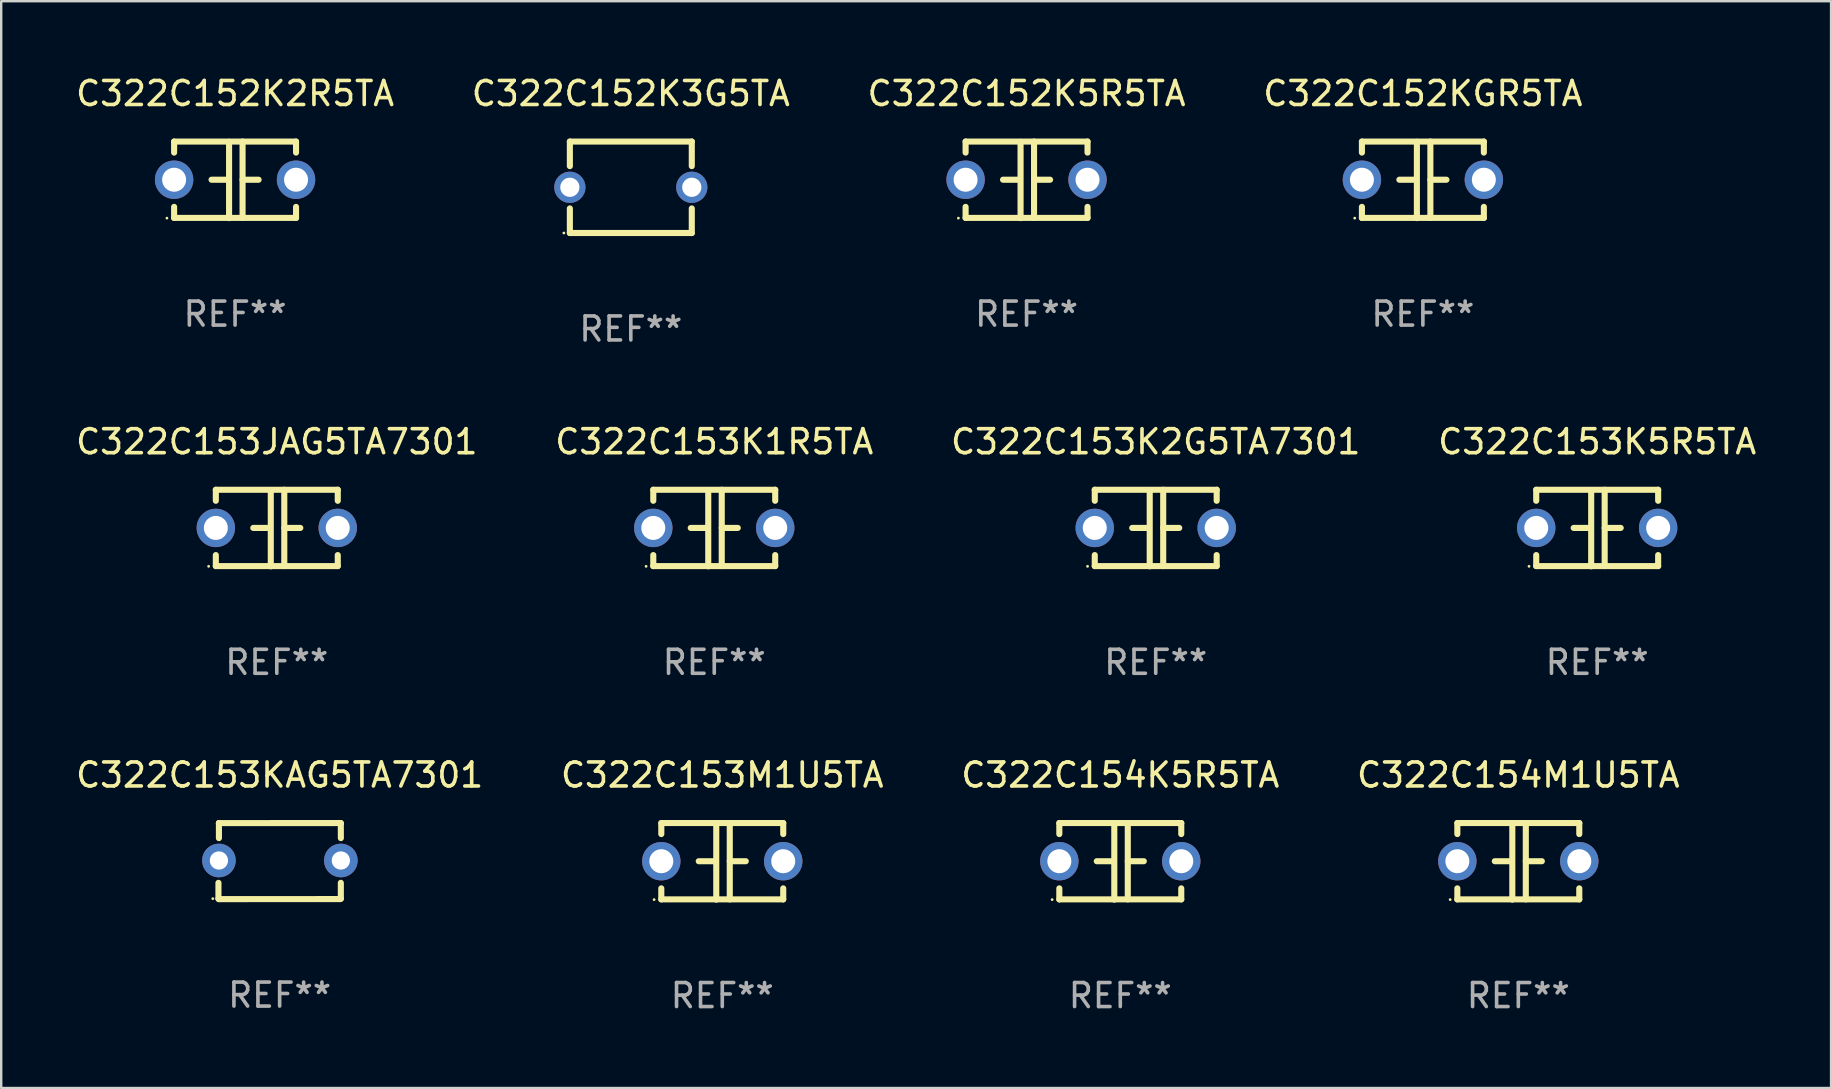
<source format=kicad_pcb>
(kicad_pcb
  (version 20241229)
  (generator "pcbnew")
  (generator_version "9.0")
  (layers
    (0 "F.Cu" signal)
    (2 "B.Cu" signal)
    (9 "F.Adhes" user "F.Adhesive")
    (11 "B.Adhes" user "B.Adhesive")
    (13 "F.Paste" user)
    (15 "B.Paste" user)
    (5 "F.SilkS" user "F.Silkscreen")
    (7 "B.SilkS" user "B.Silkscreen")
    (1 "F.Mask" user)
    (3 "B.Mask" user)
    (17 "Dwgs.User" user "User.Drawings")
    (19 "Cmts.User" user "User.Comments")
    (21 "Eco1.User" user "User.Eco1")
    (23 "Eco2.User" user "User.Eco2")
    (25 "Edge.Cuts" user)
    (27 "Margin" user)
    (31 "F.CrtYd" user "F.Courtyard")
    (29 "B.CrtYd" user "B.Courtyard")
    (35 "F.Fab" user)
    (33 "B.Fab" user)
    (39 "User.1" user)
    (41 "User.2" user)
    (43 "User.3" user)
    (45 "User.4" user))
  (footprint "C322C154M1U5TA"
    (layer "F.Cu")
    (at 60.208 32.836)
    (property "Reference" "C322C154M1U5TA" (at 0 -3.595 0) (layer "F.SilkS") (effects (font (size 1 1) (thickness 0.15))))
    (attr through_hole)
    (fp_line (start -2.54 -1.595) (end -2.54 -1.136) (stroke (width 0.254) (type solid)) (layer "F.SilkS"))
    (fp_line (start -2.54 -1.595) (end 2.54 -1.595) (stroke (width 0.254) (type solid)) (layer "F.SilkS"))
    (fp_line (start -2.54 1.126) (end -2.54 1.585) (stroke (width 0.254) (type solid)) (layer "F.SilkS"))
    (fp_line (start -0.312 -0.005) (end -0.98 -0.005) (stroke (width 0.254) (type solid)) (layer "F.SilkS"))
    (fp_line (start -0.25 -1.585) (end -0.25 1.595) (stroke (width 0.254) (type solid)) (layer "F.SilkS"))
    (fp_line (start 0.312 -1.595) (end 0.312 1.585) (stroke (width 0.254) (type solid)) (layer "F.SilkS"))
    (fp_line (start 0.312 -0.005) (end 0.98 -0.005) (stroke (width 0.254) (type solid)) (layer "F.SilkS"))
    (fp_line (start 2.54 -1.595) (end 2.54 -1.136) (stroke (width 0.254) (type solid)) (layer "F.SilkS"))
    (fp_line (start 2.54 1.126) (end 2.54 1.585) (stroke (width 0.254) (type solid)) (layer "F.SilkS"))
    (fp_line (start 2.54 1.585) (end -2.54 1.585) (stroke (width 0.254) (type solid)) (layer "F.SilkS"))
    (fp_circle (center -2.84 1.595) (end -2.81 1.595) (stroke (width 0.06) (type solid)) (fill no) (layer "F.SilkS"))
    (fp_text user "REF**" (at 0 5.595 0) (layer "F.Fab") (effects (font (size 1 1) (thickness 0.15))))
    (pad "1" thru_hole circle (at -2.54 -0.005) (size 1.6 1.6) (drill 1) (layers "*.Cu" "*.Mask"))
    (pad "2" thru_hole circle (at 2.54 -0.005) (size 1.6 1.6) (drill 1) (layers "*.Cu" "*.Mask")))
  (footprint "C322C153K1R5TA"
    (layer "F.Cu")
    (at 26.708 18.95)
    (property "Reference" "C322C153K1R5TA" (at 0 -3.595 0) (layer "F.SilkS") (effects (font (size 1 1) (thickness 0.15))))
    (attr through_hole)
    (fp_line (start -2.54 -1.595) (end -2.54 -1.136) (stroke (width 0.254) (type solid)) (layer "F.SilkS"))
    (fp_line (start -2.54 -1.595) (end 2.54 -1.595) (stroke (width 0.254) (type solid)) (layer "F.SilkS"))
    (fp_line (start -2.54 1.126) (end -2.54 1.585) (stroke (width 0.254) (type solid)) (layer "F.SilkS"))
    (fp_line (start -0.312 -0.005) (end -0.98 -0.005) (stroke (width 0.254) (type solid)) (layer "F.SilkS"))
    (fp_line (start -0.25 -1.585) (end -0.25 1.595) (stroke (width 0.254) (type solid)) (layer "F.SilkS"))
    (fp_line (start 0.312 -1.595) (end 0.312 1.585) (stroke (width 0.254) (type solid)) (layer "F.SilkS"))
    (fp_line (start 0.312 -0.005) (end 0.98 -0.005) (stroke (width 0.254) (type solid)) (layer "F.SilkS"))
    (fp_line (start 2.54 -1.595) (end 2.54 -1.136) (stroke (width 0.254) (type solid)) (layer "F.SilkS"))
    (fp_line (start 2.54 1.126) (end 2.54 1.585) (stroke (width 0.254) (type solid)) (layer "F.SilkS"))
    (fp_line (start 2.54 1.585) (end -2.54 1.585) (stroke (width 0.254) (type solid)) (layer "F.SilkS"))
    (fp_circle (center -2.84 1.595) (end -2.81 1.595) (stroke (width 0.06) (type solid)) (fill no) (layer "F.SilkS"))
    (fp_text user "REF**" (at 0 5.595 0) (layer "F.Fab") (effects (font (size 1 1) (thickness 0.15))))
    (pad "1" thru_hole circle (at -2.54 -0.005) (size 1.6 1.6) (drill 1) (layers "*.Cu" "*.Mask"))
    (pad "2" thru_hole circle (at 2.54 -0.005) (size 1.6 1.6) (drill 1) (layers "*.Cu" "*.Mask")))
  (footprint "C322C153K5R5TA"
    (layer "F.Cu")
    (at 63.494 18.95)
    (property "Reference" "C322C153K5R5TA" (at 0 -3.595 0) (layer "F.SilkS") (effects (font (size 1 1) (thickness 0.15))))
    (attr through_hole)
    (fp_line (start -2.54 -1.595) (end -2.54 -1.136) (stroke (width 0.254) (type solid)) (layer "F.SilkS"))
    (fp_line (start -2.54 -1.595) (end 2.54 -1.595) (stroke (width 0.254) (type solid)) (layer "F.SilkS"))
    (fp_line (start -2.54 1.126) (end -2.54 1.585) (stroke (width 0.254) (type solid)) (layer "F.SilkS"))
    (fp_line (start -0.312 -0.005) (end -0.98 -0.005) (stroke (width 0.254) (type solid)) (layer "F.SilkS"))
    (fp_line (start -0.25 -1.585) (end -0.25 1.595) (stroke (width 0.254) (type solid)) (layer "F.SilkS"))
    (fp_line (start 0.312 -1.595) (end 0.312 1.585) (stroke (width 0.254) (type solid)) (layer "F.SilkS"))
    (fp_line (start 0.312 -0.005) (end 0.98 -0.005) (stroke (width 0.254) (type solid)) (layer "F.SilkS"))
    (fp_line (start 2.54 -1.595) (end 2.54 -1.136) (stroke (width 0.254) (type solid)) (layer "F.SilkS"))
    (fp_line (start 2.54 1.126) (end 2.54 1.585) (stroke (width 0.254) (type solid)) (layer "F.SilkS"))
    (fp_line (start 2.54 1.585) (end -2.54 1.585) (stroke (width 0.254) (type solid)) (layer "F.SilkS"))
    (fp_circle (center -2.84 1.595) (end -2.81 1.595) (stroke (width 0.06) (type solid)) (fill no) (layer "F.SilkS"))
    (fp_text user "REF**" (at 0 5.595 0) (layer "F.Fab") (effects (font (size 1 1) (thickness 0.15))))
    (pad "1" thru_hole circle (at -2.54 -0.005) (size 1.6 1.6) (drill 1) (layers "*.Cu" "*.Mask"))
    (pad "2" thru_hole circle (at 2.54 -0.005) (size 1.6 1.6) (drill 1) (layers "*.Cu" "*.Mask")))
  (footprint "C322C152K2R5TA"
    (layer "F.Cu")
    (at 6.744 4.443)
    (property "Reference" "C322C152K2R5TA" (at 0 -3.595 0) (layer "F.SilkS") (effects (font (size 1 1) (thickness 0.15))))
    (attr through_hole)
    (fp_line (start -2.54 -1.595) (end -2.54 -1.136) (stroke (width 0.254) (type solid)) (layer "F.SilkS"))
    (fp_line (start -2.54 -1.595) (end 2.54 -1.595) (stroke (width 0.254) (type solid)) (layer "F.SilkS"))
    (fp_line (start -2.54 1.126) (end -2.54 1.585) (stroke (width 0.254) (type solid)) (layer "F.SilkS"))
    (fp_line (start -0.312 -0.005) (end -0.98 -0.005) (stroke (width 0.254) (type solid)) (layer "F.SilkS"))
    (fp_line (start -0.25 -1.585) (end -0.25 1.595) (stroke (width 0.254) (type solid)) (layer "F.SilkS"))
    (fp_line (start 0.312 -1.595) (end 0.312 1.585) (stroke (width 0.254) (type solid)) (layer "F.SilkS"))
    (fp_line (start 0.312 -0.005) (end 0.98 -0.005) (stroke (width 0.254) (type solid)) (layer "F.SilkS"))
    (fp_line (start 2.54 -1.595) (end 2.54 -1.136) (stroke (width 0.254) (type solid)) (layer "F.SilkS"))
    (fp_line (start 2.54 1.126) (end 2.54 1.585) (stroke (width 0.254) (type solid)) (layer "F.SilkS"))
    (fp_line (start 2.54 1.585) (end -2.54 1.585) (stroke (width 0.254) (type solid)) (layer "F.SilkS"))
    (fp_circle (center -2.84 1.595) (end -2.81 1.595) (stroke (width 0.06) (type solid)) (fill no) (layer "F.SilkS"))
    (fp_text user "REF**" (at 0 5.595 0) (layer "F.Fab") (effects (font (size 1 1) (thickness 0.15))))
    (pad "1" thru_hole circle (at -2.54 -0.005) (size 1.6 1.6) (drill 1) (layers "*.Cu" "*.Mask"))
    (pad "2" thru_hole circle (at 2.54 -0.005) (size 1.6 1.6) (drill 1) (layers "*.Cu" "*.Mask")))
  (footprint "C322C153K2G5TA7301"
    (layer "F.Cu")
    (at 45.101 18.95)
    (property "Reference" "C322C153K2G5TA7301" (at 0 -3.595 0) (layer "F.SilkS") (effects (font (size 1 1) (thickness 0.15))))
    (attr through_hole)
    (fp_line (start -2.54 -1.595) (end -2.54 -1.136) (stroke (width 0.254) (type solid)) (layer "F.SilkS"))
    (fp_line (start -2.54 -1.595) (end 2.54 -1.595) (stroke (width 0.254) (type solid)) (layer "F.SilkS"))
    (fp_line (start -2.54 1.126) (end -2.54 1.585) (stroke (width 0.254) (type solid)) (layer "F.SilkS"))
    (fp_line (start -0.312 -0.005) (end -0.98 -0.005) (stroke (width 0.254) (type solid)) (layer "F.SilkS"))
    (fp_line (start -0.25 -1.585) (end -0.25 1.595) (stroke (width 0.254) (type solid)) (layer "F.SilkS"))
    (fp_line (start 0.312 -1.595) (end 0.312 1.585) (stroke (width 0.254) (type solid)) (layer "F.SilkS"))
    (fp_line (start 0.312 -0.005) (end 0.98 -0.005) (stroke (width 0.254) (type solid)) (layer "F.SilkS"))
    (fp_line (start 2.54 -1.595) (end 2.54 -1.136) (stroke (width 0.254) (type solid)) (layer "F.SilkS"))
    (fp_line (start 2.54 1.126) (end 2.54 1.585) (stroke (width 0.254) (type solid)) (layer "F.SilkS"))
    (fp_line (start 2.54 1.585) (end -2.54 1.585) (stroke (width 0.254) (type solid)) (layer "F.SilkS"))
    (fp_circle (center -2.84 1.595) (end -2.81 1.595) (stroke (width 0.06) (type solid)) (fill no) (layer "F.SilkS"))
    (fp_text user "REF**" (at 0 5.595 0) (layer "F.Fab") (effects (font (size 1 1) (thickness 0.15))))
    (pad "1" thru_hole circle (at -2.54 -0.005) (size 1.6 1.6) (drill 1) (layers "*.Cu" "*.Mask"))
    (pad "2" thru_hole circle (at 2.54 -0.005) (size 1.6 1.6) (drill 1) (layers "*.Cu" "*.Mask")))
  (footprint "C322C154K5R5TA"
    (layer "F.Cu")
    (at 43.625 32.836)
    (property "Reference" "C322C154K5R5TA" (at 0 -3.595 0) (layer "F.SilkS") (effects (font (size 1 1) (thickness 0.15))))
    (attr through_hole)
    (fp_line (start -2.54 -1.595) (end -2.54 -1.136) (stroke (width 0.254) (type solid)) (layer "F.SilkS"))
    (fp_line (start -2.54 -1.595) (end 2.54 -1.595) (stroke (width 0.254) (type solid)) (layer "F.SilkS"))
    (fp_line (start -2.54 1.126) (end -2.54 1.585) (stroke (width 0.254) (type solid)) (layer "F.SilkS"))
    (fp_line (start -0.312 -0.005) (end -0.98 -0.005) (stroke (width 0.254) (type solid)) (layer "F.SilkS"))
    (fp_line (start -0.25 -1.585) (end -0.25 1.595) (stroke (width 0.254) (type solid)) (layer "F.SilkS"))
    (fp_line (start 0.312 -1.595) (end 0.312 1.585) (stroke (width 0.254) (type solid)) (layer "F.SilkS"))
    (fp_line (start 0.312 -0.005) (end 0.98 -0.005) (stroke (width 0.254) (type solid)) (layer "F.SilkS"))
    (fp_line (start 2.54 -1.595) (end 2.54 -1.136) (stroke (width 0.254) (type solid)) (layer "F.SilkS"))
    (fp_line (start 2.54 1.126) (end 2.54 1.585) (stroke (width 0.254) (type solid)) (layer "F.SilkS"))
    (fp_line (start 2.54 1.585) (end -2.54 1.585) (stroke (width 0.254) (type solid)) (layer "F.SilkS"))
    (fp_circle (center -2.84 1.595) (end -2.81 1.595) (stroke (width 0.06) (type solid)) (fill no) (layer "F.SilkS"))
    (fp_text user "REF**" (at 0 5.595 0) (layer "F.Fab") (effects (font (size 1 1) (thickness 0.15))))
    (pad "1" thru_hole circle (at -2.54 -0.005) (size 1.6 1.6) (drill 1) (layers "*.Cu" "*.Mask"))
    (pad "2" thru_hole circle (at 2.54 -0.005) (size 1.6 1.6) (drill 1) (layers "*.Cu" "*.Mask")))
  (footprint "C322C153JAG5TA7301"
    (layer "F.Cu")
    (at 8.482 18.95)
    (property "Reference" "C322C153JAG5TA7301" (at 0 -3.595 0) (layer "F.SilkS") (effects (font (size 1 1) (thickness 0.15))))
    (attr through_hole)
    (fp_line (start -2.54 -1.595) (end -2.54 -1.136) (stroke (width 0.254) (type solid)) (layer "F.SilkS"))
    (fp_line (start -2.54 -1.595) (end 2.54 -1.595) (stroke (width 0.254) (type solid)) (layer "F.SilkS"))
    (fp_line (start -2.54 1.126) (end -2.54 1.585) (stroke (width 0.254) (type solid)) (layer "F.SilkS"))
    (fp_line (start -0.312 -0.005) (end -0.98 -0.005) (stroke (width 0.254) (type solid)) (layer "F.SilkS"))
    (fp_line (start -0.25 -1.585) (end -0.25 1.595) (stroke (width 0.254) (type solid)) (layer "F.SilkS"))
    (fp_line (start 0.312 -1.595) (end 0.312 1.585) (stroke (width 0.254) (type solid)) (layer "F.SilkS"))
    (fp_line (start 0.312 -0.005) (end 0.98 -0.005) (stroke (width 0.254) (type solid)) (layer "F.SilkS"))
    (fp_line (start 2.54 -1.595) (end 2.54 -1.136) (stroke (width 0.254) (type solid)) (layer "F.SilkS"))
    (fp_line (start 2.54 1.126) (end 2.54 1.585) (stroke (width 0.254) (type solid)) (layer "F.SilkS"))
    (fp_line (start 2.54 1.585) (end -2.54 1.585) (stroke (width 0.254) (type solid)) (layer "F.SilkS"))
    (fp_circle (center -2.84 1.595) (end -2.81 1.595) (stroke (width 0.06) (type solid)) (fill no) (layer "F.SilkS"))
    (fp_text user "REF**" (at 0 5.595 0) (layer "F.Fab") (effects (font (size 1 1) (thickness 0.15))))
    (pad "1" thru_hole circle (at -2.54 -0.005) (size 1.6 1.6) (drill 1) (layers "*.Cu" "*.Mask"))
    (pad "2" thru_hole circle (at 2.54 -0.005) (size 1.6 1.6) (drill 1) (layers "*.Cu" "*.Mask")))
  (footprint "C322C153M1U5TA"
    (layer "F.Cu")
    (at 27.042 32.836)
    (property "Reference" "C322C153M1U5TA" (at 0 -3.595 0) (layer "F.SilkS") (effects (font (size 1 1) (thickness 0.15))))
    (attr through_hole)
    (fp_line (start -2.54 -1.595) (end -2.54 -1.136) (stroke (width 0.254) (type solid)) (layer "F.SilkS"))
    (fp_line (start -2.54 -1.595) (end 2.54 -1.595) (stroke (width 0.254) (type solid)) (layer "F.SilkS"))
    (fp_line (start -2.54 1.126) (end -2.54 1.585) (stroke (width 0.254) (type solid)) (layer "F.SilkS"))
    (fp_line (start -0.312 -0.005) (end -0.98 -0.005) (stroke (width 0.254) (type solid)) (layer "F.SilkS"))
    (fp_line (start -0.25 -1.585) (end -0.25 1.595) (stroke (width 0.254) (type solid)) (layer "F.SilkS"))
    (fp_line (start 0.312 -1.595) (end 0.312 1.585) (stroke (width 0.254) (type solid)) (layer "F.SilkS"))
    (fp_line (start 0.312 -0.005) (end 0.98 -0.005) (stroke (width 0.254) (type solid)) (layer "F.SilkS"))
    (fp_line (start 2.54 -1.595) (end 2.54 -1.136) (stroke (width 0.254) (type solid)) (layer "F.SilkS"))
    (fp_line (start 2.54 1.126) (end 2.54 1.585) (stroke (width 0.254) (type solid)) (layer "F.SilkS"))
    (fp_line (start 2.54 1.585) (end -2.54 1.585) (stroke (width 0.254) (type solid)) (layer "F.SilkS"))
    (fp_circle (center -2.84 1.595) (end -2.81 1.595) (stroke (width 0.06) (type solid)) (fill no) (layer "F.SilkS"))
    (fp_text user "REF**" (at 0 5.595 0) (layer "F.Fab") (effects (font (size 1 1) (thickness 0.15))))
    (pad "1" thru_hole circle (at -2.54 -0.005) (size 1.6 1.6) (drill 1) (layers "*.Cu" "*.Mask"))
    (pad "2" thru_hole circle (at 2.54 -0.005) (size 1.6 1.6) (drill 1) (layers "*.Cu" "*.Mask")))
  (footprint "C322C152K3G5TA"
    (layer "F.Cu")
    (at 23.232 4.753)
    (property "Reference" "C322C152K3G5TA" (at 0 -3.905 0) (layer "F.SilkS") (effects (font (size 1 1) (thickness 0.15))))
    (attr through_hole)
    (fp_line (start -2.54 -1.905) (end -2.54 -0.881) (stroke (width 0.254) (type solid)) (layer "F.SilkS"))
    (fp_line (start -2.54 0.881) (end -2.54 1.905) (stroke (width 0.254) (type solid)) (layer "F.SilkS"))
    (fp_line (start -2.54 1.905) (end 2.54 1.905) (stroke (width 0.254) (type solid)) (layer "F.SilkS"))
    (fp_line (start 2.54 -1.905) (end -2.54 -1.905) (stroke (width 0.254) (type solid)) (layer "F.SilkS"))
    (fp_line (start 2.54 -0.881) (end 2.54 -1.905) (stroke (width 0.254) (type solid)) (layer "F.SilkS"))
    (fp_line (start 2.54 1.905) (end 2.54 0.881) (stroke (width 0.254) (type solid)) (layer "F.SilkS"))
    (fp_circle (center -2.79 1.905) (end -2.76 1.905) (stroke (width 0.06) (type solid)) (fill no) (layer "F.SilkS"))
    (fp_text user "REF**" (at 0 5.905 0) (layer "F.Fab") (effects (font (size 1 1) (thickness 0.15))))
    (pad "1" thru_hole circle (at -2.54 0) (size 1.3 1.3) (drill 0.8) (layers "*.Cu" "*.Mask"))
    (pad "2" thru_hole circle (at 2.54 0) (size 1.3 1.3) (drill 0.8) (layers "*.Cu" "*.Mask")))
  (footprint "C322C152KGR5TA"
    (layer "F.Cu")
    (at 56.232 4.443)
    (property "Reference" "C322C152KGR5TA" (at 0 -3.595 0) (layer "F.SilkS") (effects (font (size 1 1) (thickness 0.15))))
    (attr through_hole)
    (fp_line (start -2.54 -1.595) (end -2.54 -1.136) (stroke (width 0.254) (type solid)) (layer "F.SilkS"))
    (fp_line (start -2.54 -1.595) (end 2.54 -1.595) (stroke (width 0.254) (type solid)) (layer "F.SilkS"))
    (fp_line (start -2.54 1.126) (end -2.54 1.585) (stroke (width 0.254) (type solid)) (layer "F.SilkS"))
    (fp_line (start -0.312 -0.005) (end -0.98 -0.005) (stroke (width 0.254) (type solid)) (layer "F.SilkS"))
    (fp_line (start -0.25 -1.585) (end -0.25 1.595) (stroke (width 0.254) (type solid)) (layer "F.SilkS"))
    (fp_line (start 0.312 -1.595) (end 0.312 1.585) (stroke (width 0.254) (type solid)) (layer "F.SilkS"))
    (fp_line (start 0.312 -0.005) (end 0.98 -0.005) (stroke (width 0.254) (type solid)) (layer "F.SilkS"))
    (fp_line (start 2.54 -1.595) (end 2.54 -1.136) (stroke (width 0.254) (type solid)) (layer "F.SilkS"))
    (fp_line (start 2.54 1.126) (end 2.54 1.585) (stroke (width 0.254) (type solid)) (layer "F.SilkS"))
    (fp_line (start 2.54 1.585) (end -2.54 1.585) (stroke (width 0.254) (type solid)) (layer "F.SilkS"))
    (fp_circle (center -2.84 1.595) (end -2.81 1.595) (stroke (width 0.06) (type solid)) (fill no) (layer "F.SilkS"))
    (fp_text user "REF**" (at 0 5.595 0) (layer "F.Fab") (effects (font (size 1 1) (thickness 0.15))))
    (pad "1" thru_hole circle (at -2.54 -0.005) (size 1.6 1.6) (drill 1) (layers "*.Cu" "*.Mask"))
    (pad "2" thru_hole circle (at 2.54 -0.005) (size 1.6 1.6) (drill 1) (layers "*.Cu" "*.Mask")))
  (footprint "C322C153KAG5TA7301"
    (layer "F.Cu")
    (at 8.601 32.826)
    (property "Reference" "C322C153KAG5TA7301" (at 0 -3.585 0) (layer "F.SilkS") (effects (font (size 1 1) (thickness 0.15))))
    (attr through_hole)
    (fp_line (start -2.55 1.566) (end -2.55 0.906) (stroke (width 0.254) (type solid)) (layer "F.SilkS"))
    (fp_line (start -2.531 1.585) (end -2.55 1.566) (stroke (width 0.254) (type solid)) (layer "F.SilkS"))
    (fp_line (start -2.53 -1.577) (end -2.53 -1.577) (stroke (width 0.254) (type solid)) (layer "F.SilkS"))
    (fp_line (start -2.53 -1.577) (end -2.528 -1.583) (stroke (width 0.254) (type solid)) (layer "F.SilkS"))
    (fp_line (start -2.53 -0.957) (end -2.53 -1.577) (stroke (width 0.254) (type solid)) (layer "F.SilkS"))
    (fp_line (start -2.528 -1.583) (end 2.54 -1.585) (stroke (width 0.254) (type solid)) (layer "F.SilkS"))
    (fp_line (start 2.524 1.582) (end -2.531 1.585) (stroke (width 0.254) (type solid)) (layer "F.SilkS"))
    (fp_line (start 2.54 -1.585) (end 2.548 -1.575) (stroke (width 0.254) (type solid)) (layer "F.SilkS"))
    (fp_line (start 2.548 -1.575) (end 2.55 -0.957) (stroke (width 0.254) (type solid)) (layer "F.SilkS"))
    (fp_line (start 2.549 0.906) (end 2.549 1.566) (stroke (width 0.254) (type solid)) (layer "F.SilkS"))
    (fp_line (start 2.549 1.566) (end 2.524 1.582) (stroke (width 0.254) (type solid)) (layer "F.SilkS"))
    (fp_circle (center -2.785 1.565) (end -2.755 1.565) (stroke (width 0.06) (type solid)) (fill no) (layer "F.SilkS"))
    (fp_text user "REF**" (at 0 5.585 0) (layer "F.Fab") (effects (font (size 1 1) (thickness 0.15))))
    (pad "1" thru_hole circle (at -2.53 -0.025) (size 1.4 1.4) (drill 0.76) (layers "*.Cu" "*.Mask"))
    (pad "2" thru_hole circle (at 2.55 -0.025) (size 1.4 1.4) (drill 0.76) (layers "*.Cu" "*.Mask")))
  (footprint "C322C152K5R5TA"
    (layer "F.Cu")
    (at 39.72 4.443)
    (property "Reference" "C322C152K5R5TA" (at 0 -3.595 0) (layer "F.SilkS") (effects (font (size 1 1) (thickness 0.15))))
    (attr through_hole)
    (fp_line (start -2.54 -1.595) (end -2.54 -1.136) (stroke (width 0.254) (type solid)) (layer "F.SilkS"))
    (fp_line (start -2.54 -1.595) (end 2.54 -1.595) (stroke (width 0.254) (type solid)) (layer "F.SilkS"))
    (fp_line (start -2.54 1.126) (end -2.54 1.585) (stroke (width 0.254) (type solid)) (layer "F.SilkS"))
    (fp_line (start -0.312 -0.005) (end -0.98 -0.005) (stroke (width 0.254) (type solid)) (layer "F.SilkS"))
    (fp_line (start -0.25 -1.585) (end -0.25 1.595) (stroke (width 0.254) (type solid)) (layer "F.SilkS"))
    (fp_line (start 0.312 -1.595) (end 0.312 1.585) (stroke (width 0.254) (type solid)) (layer "F.SilkS"))
    (fp_line (start 0.312 -0.005) (end 0.98 -0.005) (stroke (width 0.254) (type solid)) (layer "F.SilkS"))
    (fp_line (start 2.54 -1.595) (end 2.54 -1.136) (stroke (width 0.254) (type solid)) (layer "F.SilkS"))
    (fp_line (start 2.54 1.126) (end 2.54 1.585) (stroke (width 0.254) (type solid)) (layer "F.SilkS"))
    (fp_line (start 2.54 1.585) (end -2.54 1.585) (stroke (width 0.254) (type solid)) (layer "F.SilkS"))
    (fp_circle (center -2.84 1.595) (end -2.81 1.595) (stroke (width 0.06) (type solid)) (fill no) (layer "F.SilkS"))
    (fp_text user "REF**" (at 0 5.595 0) (layer "F.Fab") (effects (font (size 1 1) (thickness 0.15))))
    (pad "1" thru_hole circle (at -2.54 -0.005) (size 1.6 1.6) (drill 1) (layers "*.Cu" "*.Mask"))
    (pad "2" thru_hole circle (at 2.54 -0.005) (size 1.6 1.6) (drill 1) (layers "*.Cu" "*.Mask")))
  (gr_rect
    (start -3 -3)
    (end 73.238 42.279)
    (stroke (width 0.1) (type default))
    (fill no)
    (layer "Edge.Cuts")))
</source>
